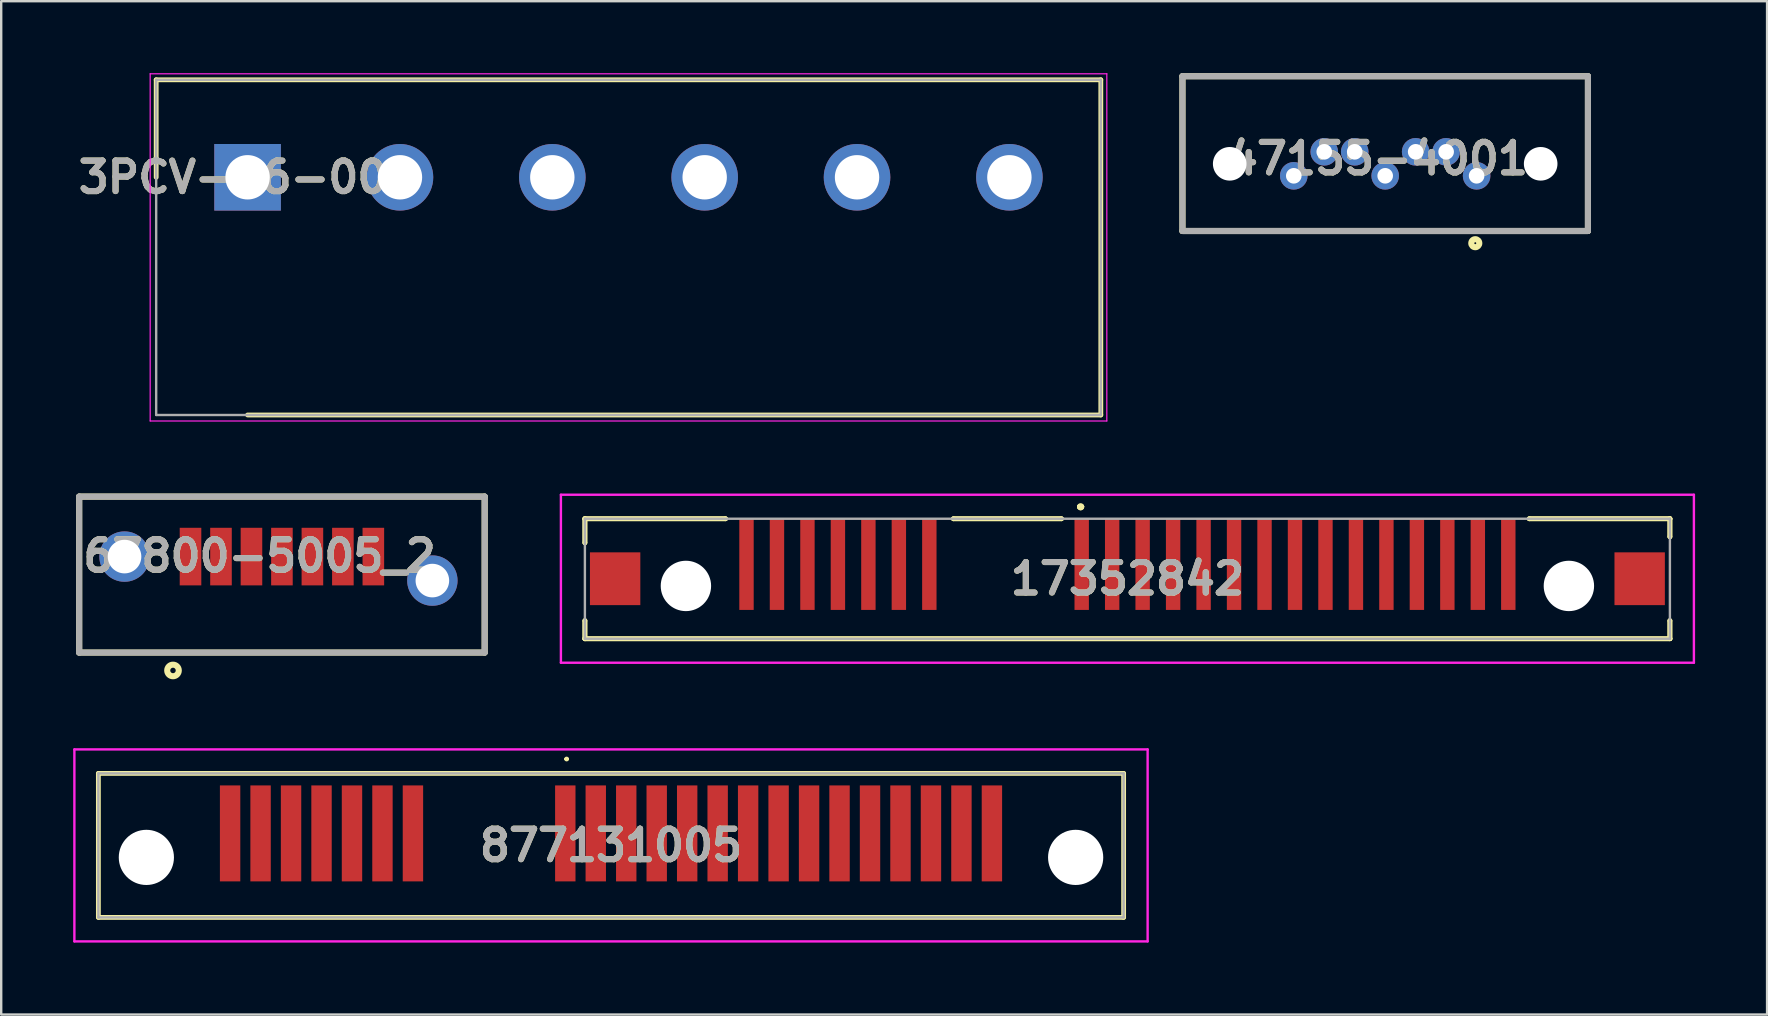
<source format=kicad_pcb>
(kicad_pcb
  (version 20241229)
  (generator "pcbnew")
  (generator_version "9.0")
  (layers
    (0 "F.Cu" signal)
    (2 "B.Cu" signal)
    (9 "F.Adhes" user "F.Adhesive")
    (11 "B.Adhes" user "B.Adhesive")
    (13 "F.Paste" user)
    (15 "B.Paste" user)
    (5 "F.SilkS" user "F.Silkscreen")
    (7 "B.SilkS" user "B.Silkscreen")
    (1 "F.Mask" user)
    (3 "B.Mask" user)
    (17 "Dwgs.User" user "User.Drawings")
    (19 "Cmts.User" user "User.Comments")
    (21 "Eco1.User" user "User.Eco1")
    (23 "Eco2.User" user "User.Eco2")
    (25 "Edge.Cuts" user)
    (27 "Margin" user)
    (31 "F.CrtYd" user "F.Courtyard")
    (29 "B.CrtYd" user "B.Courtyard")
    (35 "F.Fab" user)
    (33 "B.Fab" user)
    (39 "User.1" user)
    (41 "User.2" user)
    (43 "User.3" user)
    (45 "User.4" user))
  (footprint "17352842"
    (layer "F.Cu")
    (at 43.937 21.07)
    (property "Reference" "17352842" (at 0 0 0) (layer "F.SilkS") (effects (font (size 1.27 1.27) (thickness 0.254))))
    (attr through_hole)
    (fp_line (start -22.61 -2.5) (end -22.61 -2.5) (stroke (width 0.2) (type solid)) (layer "F.SilkS"))
    (fp_line (start -22.61 -2.5) (end -22.61 -2.5) (stroke (width 0.2) (type solid)) (layer "F.SilkS"))
    (fp_line (start -22.61 -2.5) (end -22.61 -1.5) (stroke (width 0.2) (type solid)) (layer "F.SilkS"))
    (fp_line (start -22.61 -2.5) (end -16.75 -2.5) (stroke (width 0.2) (type solid)) (layer "F.SilkS"))
    (fp_line (start -22.61 -1.5) (end -22.61 -2.5) (stroke (width 0.2) (type solid)) (layer "F.SilkS"))
    (fp_line (start -22.61 -1.5) (end -22.61 -1.5) (stroke (width 0.2) (type solid)) (layer "F.SilkS"))
    (fp_line (start -22.61 1.75) (end -22.61 1.75) (stroke (width 0.2) (type solid)) (layer "F.SilkS"))
    (fp_line (start -22.61 1.75) (end -22.61 2.5) (stroke (width 0.2) (type solid)) (layer "F.SilkS"))
    (fp_line (start -22.61 2.5) (end -22.61 1.75) (stroke (width 0.2) (type solid)) (layer "F.SilkS"))
    (fp_line (start -22.61 2.5) (end -22.61 2.5) (stroke (width 0.2) (type solid)) (layer "F.SilkS"))
    (fp_line (start -22.61 2.5) (end -22.61 2.5) (stroke (width 0.2) (type solid)) (layer "F.SilkS"))
    (fp_line (start -22.61 2.5) (end 22.61 2.5) (stroke (width 0.2) (type solid)) (layer "F.SilkS"))
    (fp_line (start -16.75 -2.5) (end -22.61 -2.5) (stroke (width 0.2) (type solid)) (layer "F.SilkS"))
    (fp_line (start -16.75 -2.5) (end -16.75 -2.5) (stroke (width 0.2) (type solid)) (layer "F.SilkS"))
    (fp_line (start -7.25 -2.5) (end -7.25 -2.5) (stroke (width 0.2) (type solid)) (layer "F.SilkS"))
    (fp_line (start -7.25 -2.5) (end -2.75 -2.5) (stroke (width 0.2) (type solid)) (layer "F.SilkS"))
    (fp_line (start -2.75 -2.5) (end -7.25 -2.5) (stroke (width 0.2) (type solid)) (layer "F.SilkS"))
    (fp_line (start -2.75 -2.5) (end -2.75 -2.5) (stroke (width 0.2) (type solid)) (layer "F.SilkS"))
    (fp_line (start -2 -3) (end -2 -3) (stroke (width 0.2) (type solid)) (layer "F.SilkS"))
    (fp_line (start -2 -3) (end -2 -3) (stroke (width 0.2) (type solid)) (layer "F.SilkS"))
    (fp_line (start -1.9 -3) (end -1.9 -3) (stroke (width 0.2) (type solid)) (layer "F.SilkS"))
    (fp_line (start 16.75 -2.5) (end 16.75 -2.5) (stroke (width 0.2) (type solid)) (layer "F.SilkS"))
    (fp_line (start 16.75 -2.5) (end 22.61 -2.5) (stroke (width 0.2) (type solid)) (layer "F.SilkS"))
    (fp_line (start 22.61 -2.5) (end 16.75 -2.5) (stroke (width 0.2) (type solid)) (layer "F.SilkS"))
    (fp_line (start 22.61 -2.5) (end 22.61 -2.5) (stroke (width 0.2) (type solid)) (layer "F.SilkS"))
    (fp_line (start 22.61 -2.5) (end 22.61 -2.5) (stroke (width 0.2) (type solid)) (layer "F.SilkS"))
    (fp_line (start 22.61 -2.5) (end 22.61 -1.75) (stroke (width 0.2) (type solid)) (layer "F.SilkS"))
    (fp_line (start 22.61 -1.75) (end 22.61 -2.5) (stroke (width 0.2) (type solid)) (layer "F.SilkS"))
    (fp_line (start 22.61 -1.75) (end 22.61 -1.75) (stroke (width 0.2) (type solid)) (layer "F.SilkS"))
    (fp_line (start 22.61 1.75) (end 22.61 1.75) (stroke (width 0.2) (type solid)) (layer "F.SilkS"))
    (fp_line (start 22.61 1.75) (end 22.61 2.5) (stroke (width 0.2) (type solid)) (layer "F.SilkS"))
    (fp_line (start 22.61 2.5) (end -22.61 2.5) (stroke (width 0.2) (type solid)) (layer "F.SilkS"))
    (fp_line (start 22.61 2.5) (end 22.61 1.75) (stroke (width 0.2) (type solid)) (layer "F.SilkS"))
    (fp_line (start 22.61 2.5) (end 22.61 2.5) (stroke (width 0.2) (type solid)) (layer "F.SilkS"))
    (fp_line (start 22.61 2.5) (end 22.61 2.5) (stroke (width 0.2) (type solid)) (layer "F.SilkS"))
    (fp_arc (start -2 -3) (mid -1.95 -3.05) (end -1.9 -3) (stroke (width 0.2) (type solid)) (layer "F.SilkS"))
    (fp_arc (start -1.9 -3) (mid -1.95 -2.95) (end -2 -3) (stroke (width 0.2) (type solid)) (layer "F.SilkS"))
    (fp_arc (start -1.9 -3) (mid -1.95 -2.95) (end -2 -3) (stroke (width 0.2) (type solid)) (layer "F.SilkS"))
    (fp_line (start -23.61 -3.5) (end 23.61 -3.5) (stroke (width 0.1) (type solid)) (layer "F.CrtYd"))
    (fp_line (start -23.61 3.5) (end -23.61 -3.5) (stroke (width 0.1) (type solid)) (layer "F.CrtYd"))
    (fp_line (start 23.61 -3.5) (end 23.61 3.5) (stroke (width 0.1) (type solid)) (layer "F.CrtYd"))
    (fp_line (start 23.61 3.5) (end -23.61 3.5) (stroke (width 0.1) (type solid)) (layer "F.CrtYd"))
    (fp_line (start -22.61 -2.5) (end -22.61 2.5) (stroke (width 0.1) (type solid)) (layer "F.Fab"))
    (fp_line (start -22.61 2.5) (end 22.61 2.5) (stroke (width 0.1) (type solid)) (layer "F.Fab"))
    (fp_line (start 22.61 -2.5) (end -22.61 -2.5) (stroke (width 0.1) (type solid)) (layer "F.Fab"))
    (fp_line (start 22.61 2.5) (end 22.61 -2.5) (stroke (width 0.1) (type solid)) (layer "F.Fab"))
    (fp_text user "${REFERENCE}" (at 0 0 0) (layer "F.Fab") (effects (font (size 1.27 1.27) (thickness 0.254))))
    (pad "" np_thru_hole circle (at -18.4 0.3) (size 2.1 2.1) (drill 2.1) (layers "*.Cu" "*.Mask"))
    (pad "" np_thru_hole circle (at 18.4 0.3) (size 2.1 2.1) (drill 2.1) (layers "*.Cu" "*.Mask"))
    (pad "MP1" smd rect (at -21.35 0) (size 2.1 2.2) (layers "F.Cu" "F.Mask" "F.Paste"))
    (pad "MP2" smd rect (at 21.35 0) (size 2.1 2.2) (layers "F.Cu" "F.Mask" "F.Paste"))
    (pad "P1" smd rect (at -1.905 -0.6) (size 0.6 3.8) (layers "F.Cu" "F.Mask" "F.Paste"))
    (pad "P2" smd rect (at -0.635 -0.6) (size 0.6 3.8) (layers "F.Cu" "F.Mask" "F.Paste"))
    (pad "P3" smd rect (at 0.635 -0.6) (size 0.6 3.8) (layers "F.Cu" "F.Mask" "F.Paste"))
    (pad "P4" smd rect (at 1.905 -0.6) (size 0.6 3.8) (layers "F.Cu" "F.Mask" "F.Paste"))
    (pad "P5" smd rect (at 3.175 -0.6) (size 0.6 3.8) (layers "F.Cu" "F.Mask" "F.Paste"))
    (pad "P6" smd rect (at 4.445 -0.6) (size 0.6 3.8) (layers "F.Cu" "F.Mask" "F.Paste"))
    (pad "P7" smd rect (at 5.715 -0.6) (size 0.6 3.8) (layers "F.Cu" "F.Mask" "F.Paste"))
    (pad "P8" smd rect (at 6.985 -0.6) (size 0.6 3.8) (layers "F.Cu" "F.Mask" "F.Paste"))
    (pad "P9" smd rect (at 8.255 -0.6) (size 0.6 3.8) (layers "F.Cu" "F.Mask" "F.Paste"))
    (pad "P10" smd rect (at 9.525 -0.6) (size 0.6 3.8) (layers "F.Cu" "F.Mask" "F.Paste"))
    (pad "P11" smd rect (at 10.795 -0.6) (size 0.6 3.8) (layers "F.Cu" "F.Mask" "F.Paste"))
    (pad "P12" smd rect (at 12.065 -0.6) (size 0.6 3.8) (layers "F.Cu" "F.Mask" "F.Paste"))
    (pad "P13" smd rect (at 13.335 -0.6) (size 0.6 3.8) (layers "F.Cu" "F.Mask" "F.Paste"))
    (pad "P14" smd rect (at 14.605 -0.6) (size 0.6 3.8) (layers "F.Cu" "F.Mask" "F.Paste"))
    (pad "P15" smd rect (at 15.875 -0.6) (size 0.6 3.8) (layers "F.Cu" "F.Mask" "F.Paste"))
    (pad "S1" smd rect (at -15.875 -0.6) (size 0.6 3.8) (layers "F.Cu" "F.Mask" "F.Paste"))
    (pad "S2" smd rect (at -14.605 -0.6) (size 0.6 3.8) (layers "F.Cu" "F.Mask" "F.Paste"))
    (pad "S3" smd rect (at -13.335 -0.6) (size 0.6 3.8) (layers "F.Cu" "F.Mask" "F.Paste"))
    (pad "S4" smd rect (at -12.065 -0.6) (size 0.6 3.8) (layers "F.Cu" "F.Mask" "F.Paste"))
    (pad "S5" smd rect (at -10.795 -0.6) (size 0.6 3.8) (layers "F.Cu" "F.Mask" "F.Paste"))
    (pad "S6" smd rect (at -9.525 -0.6) (size 0.6 3.8) (layers "F.Cu" "F.Mask" "F.Paste"))
    (pad "S7" smd rect (at -8.255 -0.6) (size 0.6 3.8) (layers "F.Cu" "F.Mask" "F.Paste")))
  (footprint "877131005"
    (layer "F.Cu")
    (at 22.415 32.184)
    (property "Reference" "877131005" (at 0 0 0) (layer "F.SilkS") (effects (font (size 1.27 1.27) (thickness 0.254))))
    (attr through_hole)
    (fp_line (start -21.365 -3) (end 21.365 -3) (stroke (width 0.2) (type solid)) (layer "F.SilkS"))
    (fp_line (start -21.365 3) (end -21.365 -3) (stroke (width 0.2) (type solid)) (layer "F.SilkS"))
    (fp_line (start -1.9 -3.6) (end -1.9 -3.6) (stroke (width 0.1) (type solid)) (layer "F.SilkS"))
    (fp_line (start -1.8 -3.6) (end -1.8 -3.6) (stroke (width 0.1) (type solid)) (layer "F.SilkS"))
    (fp_line (start 21.365 -3) (end 21.365 3) (stroke (width 0.2) (type solid)) (layer "F.SilkS"))
    (fp_line (start 21.365 3) (end -21.365 3) (stroke (width 0.2) (type solid)) (layer "F.SilkS"))
    (fp_arc (start -1.9 -3.6) (mid -1.85 -3.65) (end -1.8 -3.6) (stroke (width 0.1) (type solid)) (layer "F.SilkS"))
    (fp_arc (start -1.8 -3.6) (mid -1.85 -3.55) (end -1.9 -3.6) (stroke (width 0.1) (type solid)) (layer "F.SilkS"))
    (fp_line (start -22.365 -4) (end 22.365 -4) (stroke (width 0.1) (type solid)) (layer "F.CrtYd"))
    (fp_line (start -22.365 4) (end -22.365 -4) (stroke (width 0.1) (type solid)) (layer "F.CrtYd"))
    (fp_line (start 22.365 -4) (end 22.365 4) (stroke (width 0.1) (type solid)) (layer "F.CrtYd"))
    (fp_line (start 22.365 4) (end -22.365 4) (stroke (width 0.1) (type solid)) (layer "F.CrtYd"))
    (fp_line (start -21.365 -3) (end 21.365 -3) (stroke (width 0.1) (type solid)) (layer "F.Fab"))
    (fp_line (start -21.365 3) (end -21.365 -3) (stroke (width 0.1) (type solid)) (layer "F.Fab"))
    (fp_line (start 21.365 -3) (end 21.365 3) (stroke (width 0.1) (type solid)) (layer "F.Fab"))
    (fp_line (start 21.365 3) (end -21.365 3) (stroke (width 0.1) (type solid)) (layer "F.Fab"))
    (fp_text user "${REFERENCE}" (at 0 0 0) (layer "F.Fab") (effects (font (size 1.27 1.27) (thickness 0.254))))
    (pad "" np_thru_hole circle (at -19.365 0.5) (size 2.3 2.3) (drill 2.3) (layers "*.Cu" "*.Mask"))
    (pad "" np_thru_hole circle (at 19.365 0.5) (size 2.3 2.3) (drill 2.3) (layers "*.Cu" "*.Mask"))
    (pad "P1" smd rect (at -1.905 -0.5) (size 0.85 4) (layers "F.Cu" "F.Mask" "F.Paste"))
    (pad "P2" smd rect (at -0.635 -0.5) (size 0.85 4) (layers "F.Cu" "F.Mask" "F.Paste"))
    (pad "P3" smd rect (at 0.635 -0.5) (size 0.85 4) (layers "F.Cu" "F.Mask" "F.Paste"))
    (pad "P4" smd rect (at 1.905 -0.5) (size 0.85 4) (layers "F.Cu" "F.Mask" "F.Paste"))
    (pad "P5" smd rect (at 3.175 -0.5) (size 0.85 4) (layers "F.Cu" "F.Mask" "F.Paste"))
    (pad "P6" smd rect (at 4.445 -0.5) (size 0.85 4) (layers "F.Cu" "F.Mask" "F.Paste"))
    (pad "P7" smd rect (at 5.715 -0.5) (size 0.85 4) (layers "F.Cu" "F.Mask" "F.Paste"))
    (pad "P8" smd rect (at 6.985 -0.5) (size 0.85 4) (layers "F.Cu" "F.Mask" "F.Paste"))
    (pad "P9" smd rect (at 8.255 -0.5) (size 0.85 4) (layers "F.Cu" "F.Mask" "F.Paste"))
    (pad "P10" smd rect (at 9.525 -0.5) (size 0.85 4) (layers "F.Cu" "F.Mask" "F.Paste"))
    (pad "P11" smd rect (at 10.795 -0.5) (size 0.85 4) (layers "F.Cu" "F.Mask" "F.Paste"))
    (pad "P12" smd rect (at 12.065 -0.5) (size 0.85 4) (layers "F.Cu" "F.Mask" "F.Paste"))
    (pad "P13" smd rect (at 13.335 -0.5) (size 0.85 4) (layers "F.Cu" "F.Mask" "F.Paste"))
    (pad "P14" smd rect (at 14.605 -0.5) (size 0.85 4) (layers "F.Cu" "F.Mask" "F.Paste"))
    (pad "P15" smd rect (at 15.875 -0.5) (size 0.85 4) (layers "F.Cu" "F.Mask" "F.Paste"))
    (pad "S1" smd rect (at -15.875 -0.5) (size 0.85 4) (layers "F.Cu" "F.Mask" "F.Paste"))
    (pad "S2" smd rect (at -14.605 -0.5) (size 0.85 4) (layers "F.Cu" "F.Mask" "F.Paste"))
    (pad "S3" smd rect (at -13.335 -0.5) (size 0.85 4) (layers "F.Cu" "F.Mask" "F.Paste"))
    (pad "S4" smd rect (at -12.065 -0.5) (size 0.85 4) (layers "F.Cu" "F.Mask" "F.Paste"))
    (pad "S5" smd rect (at -10.795 -0.5) (size 0.85 4) (layers "F.Cu" "F.Mask" "F.Paste"))
    (pad "S6" smd rect (at -9.525 -0.5) (size 0.85 4) (layers "F.Cu" "F.Mask" "F.Paste"))
    (pad "S7" smd rect (at -8.255 -0.5) (size 0.85 4) (layers "F.Cu" "F.Mask" "F.Paste")))
  (footprint "67800-5005_2"
    (layer "F.Cu")
    (at 0.25 24.147)
    (property "Reference" "67800-5005_2" (at 7.517 -4.027 0) (layer "F.SilkS") (effects (font (size 1.27 1.27) (thickness 0.254))))
    (attr through_hole)
    (fp_line (start 0 -6.5) (end 0 0) (stroke (width 0.254) (type solid)) (layer "F.SilkS"))
    (fp_line (start 0 0) (end 16.9 0) (stroke (width 0.254) (type solid)) (layer "F.SilkS"))
    (fp_line (start 16.9 -6.5) (end 0 -6.5) (stroke (width 0.254) (type solid)) (layer "F.SilkS"))
    (fp_line (start 16.9 0) (end 16.9 -6.5) (stroke (width 0.254) (type solid)) (layer "F.SilkS"))
    (fp_circle (center 3.91 0.746) (end 3.91 0.86) (stroke (width 0.254) (type solid)) (fill no) (layer "F.SilkS"))
    (fp_line (start 0 -6.5) (end 16.9 -6.5) (stroke (width 0.254) (type solid)) (layer "F.Fab"))
    (fp_line (start 0 0) (end 0 -6.5) (stroke (width 0.254) (type solid)) (layer "F.Fab"))
    (fp_line (start 16.9 -6.5) (end 16.9 0) (stroke (width 0.254) (type solid)) (layer "F.Fab"))
    (fp_line (start 16.9 0) (end 0 0) (stroke (width 0.254) (type solid)) (layer "F.Fab"))
    (fp_text user "${REFERENCE}" (at 7.517 -4.027 0) (layer "F.Fab") (effects (font (size 1.27 1.27) (thickness 0.254))))
    (pad "1" smd rect (at 4.64 -4) (size 0.9 2.4) (layers "F.Cu" "F.Mask" "F.Paste"))
    (pad "2" smd rect (at 5.91 -4) (size 0.9 2.4) (layers "F.Cu" "F.Mask" "F.Paste"))
    (pad "3" smd rect (at 7.18 -4) (size 0.9 2.4) (layers "F.Cu" "F.Mask" "F.Paste"))
    (pad "4" smd rect (at 8.45 -4) (size 0.9 2.4) (layers "F.Cu" "F.Mask" "F.Paste"))
    (pad "5" smd rect (at 9.72 -4) (size 0.9 2.4) (layers "F.Cu" "F.Mask" "F.Paste"))
    (pad "6" smd rect (at 10.99 -4) (size 0.9 2.4) (layers "F.Cu" "F.Mask" "F.Paste"))
    (pad "7" smd rect (at 12.26 -4) (size 0.9 2.4) (layers "F.Cu" "F.Mask" "F.Paste"))
    (pad "8" thru_hole circle (at 1.89 -4) (size 2.1 2.1) (drill 1.4) (layers "*.Cu" "*.Mask"))
    (pad "9" thru_hole circle (at 14.72 -3) (size 2.1 2.1) (drill 1.4) (layers "*.Cu" "*.Mask")))
  (footprint "3PCV-06-006"
    (layer "F.Cu")
    (at 7.269 4.339)
    (property "Reference" "3PCV-06-006" (at 0 0 0) (layer "F.SilkS") (effects (font (size 1.27 1.27) (thickness 0.254))))
    (attr through_hole)
    (fp_line (start -3.81 -4.064) (end -3.81 0) (stroke (width 0.2) (type solid)) (layer "F.SilkS"))
    (fp_line (start 0 9.906) (end 35.56 9.906) (stroke (width 0.2) (type solid)) (layer "F.SilkS"))
    (fp_line (start 35.56 -4.064) (end -3.81 -4.064) (stroke (width 0.2) (type solid)) (layer "F.SilkS"))
    (fp_line (start 35.56 9.906) (end 35.56 -4.064) (stroke (width 0.2) (type solid)) (layer "F.SilkS"))
    (fp_line (start -4.06 -4.314) (end 35.81 -4.314) (stroke (width 0.05) (type solid)) (layer "F.CrtYd"))
    (fp_line (start -4.06 10.156) (end -4.06 -4.314) (stroke (width 0.05) (type solid)) (layer "F.CrtYd"))
    (fp_line (start 35.81 -4.314) (end 35.81 10.156) (stroke (width 0.05) (type solid)) (layer "F.CrtYd"))
    (fp_line (start 35.81 10.156) (end -4.06 10.156) (stroke (width 0.05) (type solid)) (layer "F.CrtYd"))
    (fp_line (start -3.81 -4.064) (end 35.56 -4.064) (stroke (width 0.1) (type solid)) (layer "F.Fab"))
    (fp_line (start -3.81 9.906) (end -3.81 -4.064) (stroke (width 0.1) (type solid)) (layer "F.Fab"))
    (fp_line (start 35.56 -4.064) (end 35.56 9.906) (stroke (width 0.1) (type solid)) (layer "F.Fab"))
    (fp_line (start 35.56 9.906) (end -3.81 9.906) (stroke (width 0.1) (type solid)) (layer "F.Fab"))
    (fp_text user "${REFERENCE}" (at 0 0 0) (layer "F.Fab") (effects (font (size 1.27 1.27) (thickness 0.254))))
    (pad "1" thru_hole rect (at 0 0) (size 2.775 2.775) (drill 1.85) (layers "*.Cu" "*.Mask"))
    (pad "2" thru_hole circle (at 6.35 0) (size 2.775 2.775) (drill 1.85) (layers "*.Cu" "*.Mask"))
    (pad "3" thru_hole circle (at 12.7 0) (size 2.775 2.775) (drill 1.85) (layers "*.Cu" "*.Mask"))
    (pad "4" thru_hole circle (at 19.05 0) (size 2.775 2.775) (drill 1.85) (layers "*.Cu" "*.Mask"))
    (pad "5" thru_hole circle (at 25.4 0) (size 2.775 2.775) (drill 1.85) (layers "*.Cu" "*.Mask"))
    (pad "6" thru_hole circle (at 31.75 0) (size 2.775 2.775) (drill 1.85) (layers "*.Cu" "*.Mask")))
  (footprint "47155-4001"
    (layer "F.Cu")
    (at 54.681 3.777)
    (property "Reference" "47155-4001" (at -0.305 -0.218 0) (layer "F.SilkS") (effects (font (size 1.27 1.27) (thickness 0.254))))
    (attr through_hole)
    (fp_line (start -8.45 -3.65) (end 8.45 -3.65) (stroke (width 0.254) (type solid)) (layer "F.SilkS"))
    (fp_line (start -8.45 2.8) (end -8.45 -3.65) (stroke (width 0.254) (type solid)) (layer "F.SilkS"))
    (fp_line (start 8.45 -3.65) (end 8.45 2.8) (stroke (width 0.254) (type solid)) (layer "F.SilkS"))
    (fp_line (start 8.45 2.8) (end -8.45 2.8) (stroke (width 0.254) (type solid)) (layer "F.SilkS"))
    (fp_circle (center 3.755 3.309) (end 3.755 3.349) (stroke (width 0.254) (type solid)) (fill no) (layer "F.SilkS"))
    (fp_line (start -8.45 -3.65) (end 8.45 -3.65) (stroke (width 0.254) (type solid)) (layer "F.Fab"))
    (fp_line (start -8.45 2.8) (end -8.45 -3.65) (stroke (width 0.254) (type solid)) (layer "F.Fab"))
    (fp_line (start 8.45 -3.65) (end 8.45 2.8) (stroke (width 0.254) (type solid)) (layer "F.Fab"))
    (fp_line (start 8.45 2.8) (end -8.45 2.8) (stroke (width 0.254) (type solid)) (layer "F.Fab"))
    (fp_text user "${REFERENCE}" (at -0.305 -0.218 0) (layer "F.Fab") (effects (font (size 1.27 1.27) (thickness 0.254))))
    (pad "" np_thru_hole circle (at -6.48 0) (size 1.4 1.4) (drill 1.4) (layers "*.Cu" "*.Mask"))
    (pad "" np_thru_hole circle (at 6.48 0) (size 1.4 1.4) (drill 1.4) (layers "*.Cu" "*.Mask"))
    (pad "1" thru_hole circle (at 3.81 0.5) (size 1.15 1.15) (drill 0.65) (layers "*.Cu" "*.Mask"))
    (pad "2" thru_hole circle (at 2.54 -0.5) (size 1.15 1.15) (drill 0.65) (layers "*.Cu" "*.Mask"))
    (pad "3" thru_hole circle (at 1.27 -0.5) (size 1.15 1.15) (drill 0.65) (layers "*.Cu" "*.Mask"))
    (pad "4" thru_hole circle (at 0 0.5) (size 1.15 1.15) (drill 0.65) (layers "*.Cu" "*.Mask"))
    (pad "5" thru_hole circle (at -1.27 -0.5) (size 1.15 1.15) (drill 0.65) (layers "*.Cu" "*.Mask"))
    (pad "6" thru_hole circle (at -2.54 -0.5) (size 1.15 1.15) (drill 0.65) (layers "*.Cu" "*.Mask"))
    (pad "7" thru_hole circle (at -3.81 0.5) (size 1.15 1.15) (drill 0.65) (layers "*.Cu" "*.Mask")))
  (gr_rect
    (start -3 -3)
    (end 70.597 39.234)
    (stroke (width 0.1) (type default))
    (fill no)
    (layer "Edge.Cuts")))
</source>
